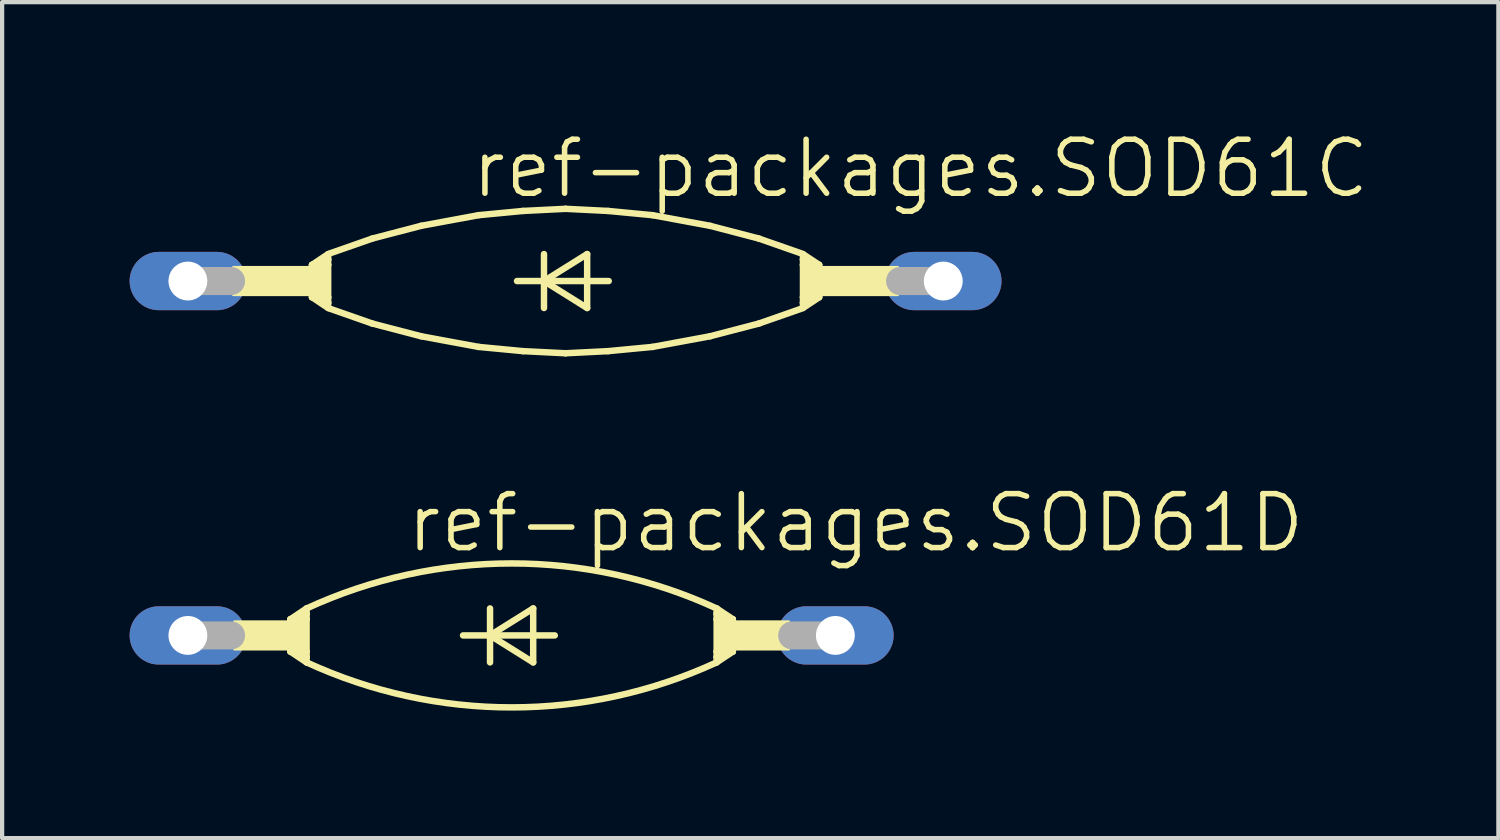
<source format=kicad_pcb>
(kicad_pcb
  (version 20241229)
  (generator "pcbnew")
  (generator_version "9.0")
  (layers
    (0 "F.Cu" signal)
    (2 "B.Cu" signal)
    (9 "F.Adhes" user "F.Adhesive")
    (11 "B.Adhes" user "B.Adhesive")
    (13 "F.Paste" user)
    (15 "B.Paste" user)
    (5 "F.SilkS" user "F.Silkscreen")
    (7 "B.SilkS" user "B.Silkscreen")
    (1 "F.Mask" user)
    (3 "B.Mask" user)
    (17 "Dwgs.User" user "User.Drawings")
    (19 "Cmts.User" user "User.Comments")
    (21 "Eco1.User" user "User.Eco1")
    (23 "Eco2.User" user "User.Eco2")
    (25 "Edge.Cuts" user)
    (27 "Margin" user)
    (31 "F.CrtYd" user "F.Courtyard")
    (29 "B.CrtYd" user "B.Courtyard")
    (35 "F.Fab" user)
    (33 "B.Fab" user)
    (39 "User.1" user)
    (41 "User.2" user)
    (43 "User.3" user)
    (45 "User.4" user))
  (footprint "ref-packages.SOD61C"
    (layer "F.Cu")
    (at 10.262 3.565)
    (property "Reference" "ref-packages.SOD61C" (at -2.286 -1.905 0) (layer "F.SilkS") (effects (font (size 1.27 1.27) (thickness 0.13)) (justify left bottom)))
    (attr through_hole)
    (fp_line (start -5.969 -0.381) (end -5.969 0.381) (stroke (width 0.152) (type default)) (layer "F.SilkS"))
    (fp_line (start -5.969 -0.381) (end -5.842 -0.381) (stroke (width 0.152) (type default)) (layer "F.SilkS"))
    (fp_line (start -5.969 0.381) (end -5.842 0.381) (stroke (width 0.152) (type default)) (layer "F.SilkS"))
    (fp_line (start -5.969 0.381) (end -5.588 0.635) (stroke (width 0.152) (type default)) (layer "F.SilkS"))
    (fp_line (start -5.842 -0.381) (end -5.588 -0.381) (stroke (width 0.152) (type default)) (layer "F.SilkS"))
    (fp_line (start -5.842 0.381) (end -5.588 0.381) (stroke (width 0.152) (type default)) (layer "F.SilkS"))
    (fp_line (start -5.588 -0.635) (end -5.969 -0.381) (stroke (width 0.152) (type default)) (layer "F.SilkS"))
    (fp_line (start -5.588 -0.635) (end -5.588 -0.508) (stroke (width 0.152) (type default)) (layer "F.SilkS"))
    (fp_line (start -5.588 -0.508) (end -5.842 -0.381) (stroke (width 0.152) (type default)) (layer "F.SilkS"))
    (fp_line (start -5.588 -0.508) (end -5.588 -0.381) (stroke (width 0.152) (type default)) (layer "F.SilkS"))
    (fp_line (start -5.588 -0.381) (end -5.588 0.381) (stroke (width 0.152) (type default)) (layer "F.SilkS"))
    (fp_line (start -5.588 0.381) (end -5.588 0.508) (stroke (width 0.152) (type default)) (layer "F.SilkS"))
    (fp_line (start -5.588 0.508) (end -5.842 0.381) (stroke (width 0.152) (type default)) (layer "F.SilkS"))
    (fp_line (start -5.588 0.508) (end -5.588 0.635) (stroke (width 0.152) (type default)) (layer "F.SilkS"))
    (fp_line (start -5.55 -0.65) (end -4.55 -1) (stroke (width 0.152) (type default)) (layer "F.SilkS"))
    (fp_line (start -5.55 0.65) (end -4.55 1) (stroke (width 0.152) (type default)) (layer "F.SilkS"))
    (fp_line (start -4.55 -1) (end -3.4 -1.3) (stroke (width 0.152) (type default)) (layer "F.SilkS"))
    (fp_line (start -4.55 1) (end -3.4 1.3) (stroke (width 0.152) (type default)) (layer "F.SilkS"))
    (fp_line (start -3.4 -1.3) (end -2.05 -1.55) (stroke (width 0.152) (type default)) (layer "F.SilkS"))
    (fp_line (start -3.4 1.3) (end -2.05 1.55) (stroke (width 0.152) (type default)) (layer "F.SilkS"))
    (fp_line (start -2.05 -1.55) (end -1 -1.65) (stroke (width 0.152) (type default)) (layer "F.SilkS"))
    (fp_line (start -2.05 1.55) (end -1 1.65) (stroke (width 0.152) (type default)) (layer "F.SilkS"))
    (fp_line (start -1.143 0) (end -0.508 0) (stroke (width 0.152) (type default)) (layer "F.SilkS"))
    (fp_line (start -1 -1.65) (end 0 -1.7) (stroke (width 0.152) (type default)) (layer "F.SilkS"))
    (fp_line (start -1 1.65) (end 0 1.7) (stroke (width 0.152) (type default)) (layer "F.SilkS"))
    (fp_line (start -0.508 -0.635) (end -0.508 0) (stroke (width 0.152) (type default)) (layer "F.SilkS"))
    (fp_line (start -0.508 0) (end -0.508 0.635) (stroke (width 0.152) (type default)) (layer "F.SilkS"))
    (fp_line (start -0.508 0) (end 0.508 -0.635) (stroke (width 0.152) (type default)) (layer "F.SilkS"))
    (fp_line (start -0.508 0) (end 1.016 0) (stroke (width 0.152) (type default)) (layer "F.SilkS"))
    (fp_line (start 0.508 -0.635) (end 0.508 0.635) (stroke (width 0.152) (type default)) (layer "F.SilkS"))
    (fp_line (start 0.508 0.635) (end -0.508 0) (stroke (width 0.152) (type default)) (layer "F.SilkS"))
    (fp_line (start 1 -1.65) (end 0 -1.7) (stroke (width 0.152) (type default)) (layer "F.SilkS"))
    (fp_line (start 1 1.65) (end 0 1.7) (stroke (width 0.152) (type default)) (layer "F.SilkS"))
    (fp_line (start 2.05 -1.55) (end 1 -1.65) (stroke (width 0.152) (type default)) (layer "F.SilkS"))
    (fp_line (start 2.05 1.55) (end 1 1.65) (stroke (width 0.152) (type default)) (layer "F.SilkS"))
    (fp_line (start 3.4 -1.3) (end 2.05 -1.55) (stroke (width 0.152) (type default)) (layer "F.SilkS"))
    (fp_line (start 3.4 1.3) (end 2.05 1.55) (stroke (width 0.152) (type default)) (layer "F.SilkS"))
    (fp_line (start 4.55 -1) (end 3.4 -1.3) (stroke (width 0.152) (type default)) (layer "F.SilkS"))
    (fp_line (start 4.55 1) (end 3.4 1.3) (stroke (width 0.152) (type default)) (layer "F.SilkS"))
    (fp_line (start 5.55 -0.65) (end 4.55 -1) (stroke (width 0.152) (type default)) (layer "F.SilkS"))
    (fp_line (start 5.55 0.65) (end 4.55 1) (stroke (width 0.152) (type default)) (layer "F.SilkS"))
    (fp_line (start 5.588 -0.635) (end 5.969 -0.381) (stroke (width 0.152) (type default)) (layer "F.SilkS"))
    (fp_line (start 5.588 -0.508) (end 5.588 -0.635) (stroke (width 0.152) (type default)) (layer "F.SilkS"))
    (fp_line (start 5.588 -0.508) (end 5.842 -0.381) (stroke (width 0.152) (type default)) (layer "F.SilkS"))
    (fp_line (start 5.588 -0.381) (end 5.588 -0.508) (stroke (width 0.152) (type default)) (layer "F.SilkS"))
    (fp_line (start 5.588 0.381) (end 5.588 -0.381) (stroke (width 0.152) (type default)) (layer "F.SilkS"))
    (fp_line (start 5.588 0.508) (end 5.588 0.381) (stroke (width 0.152) (type default)) (layer "F.SilkS"))
    (fp_line (start 5.588 0.508) (end 5.842 0.381) (stroke (width 0.152) (type default)) (layer "F.SilkS"))
    (fp_line (start 5.588 0.635) (end 5.588 0.508) (stroke (width 0.152) (type default)) (layer "F.SilkS"))
    (fp_line (start 5.588 0.635) (end 5.969 0.381) (stroke (width 0.152) (type default)) (layer "F.SilkS"))
    (fp_line (start 5.842 -0.381) (end 5.588 -0.381) (stroke (width 0.152) (type default)) (layer "F.SilkS"))
    (fp_line (start 5.842 0.381) (end 5.588 0.381) (stroke (width 0.152) (type default)) (layer "F.SilkS"))
    (fp_line (start 5.969 -0.381) (end 5.842 -0.381) (stroke (width 0.152) (type default)) (layer "F.SilkS"))
    (fp_line (start 5.969 -0.381) (end 5.969 0.381) (stroke (width 0.152) (type default)) (layer "F.SilkS"))
    (fp_line (start 5.969 0.381) (end 5.842 0.381) (stroke (width 0.152) (type default)) (layer "F.SilkS"))
    (fp_rect (start -7.823 0.33) (end -5.969 -0.33) (stroke (width 0.05) (type default)) (fill yes) (layer "F.SilkS"))
    (fp_rect (start -5.969 0.381) (end -5.588 -0.381) (stroke (width 0.05) (type default)) (fill yes) (layer "F.SilkS"))
    (fp_rect (start 5.588 0.381) (end 5.969 -0.381) (stroke (width 0.05) (type default)) (fill yes) (layer "F.SilkS"))
    (fp_rect (start 5.969 0.33) (end 7.823 -0.33) (stroke (width 0.05) (type default)) (fill yes) (layer "F.SilkS"))
    (fp_line (start -8.89 0) (end -7.874 0) (stroke (width 0.66) (type default)) (layer "F.Fab"))
    (fp_line (start 8.89 0) (end 7.874 0) (stroke (width 0.66) (type default)) (layer "F.Fab"))
    (pad "A" thru_hole oval (at 8.89 0) (size 2.743 1.372) (drill 0.914) (layers "*.Cu" "*.Mask"))
    (pad "C" thru_hole oval (at -8.89 0) (size 2.743 1.372) (drill 0.914) (layers "*.Cu" "*.Mask")))
  (footprint "ref-packages.SOD61D"
    (layer "F.Cu")
    (at 8.992 11.906)
    (property "Reference" "ref-packages.SOD61D" (at -2.54 -1.905 0) (layer "F.SilkS") (effects (font (size 1.27 1.27) (thickness 0.13)) (justify left bottom)))
    (attr through_hole)
    (fp_line (start -5.207 -0.381) (end -5.207 0.381) (stroke (width 0.152) (type default)) (layer "F.SilkS"))
    (fp_line (start -5.207 -0.381) (end -5.08 -0.381) (stroke (width 0.152) (type default)) (layer "F.SilkS"))
    (fp_line (start -5.207 0.381) (end -5.08 0.381) (stroke (width 0.152) (type default)) (layer "F.SilkS"))
    (fp_line (start -5.207 0.381) (end -4.826 0.635) (stroke (width 0.152) (type default)) (layer "F.SilkS"))
    (fp_line (start -5.08 -0.381) (end -4.826 -0.381) (stroke (width 0.152) (type default)) (layer "F.SilkS"))
    (fp_line (start -5.08 0.381) (end -4.826 0.381) (stroke (width 0.152) (type default)) (layer "F.SilkS"))
    (fp_line (start -4.826 -0.635) (end -5.207 -0.381) (stroke (width 0.152) (type default)) (layer "F.SilkS"))
    (fp_line (start -4.826 -0.635) (end -4.826 -0.508) (stroke (width 0.152) (type default)) (layer "F.SilkS"))
    (fp_line (start -4.826 -0.508) (end -5.08 -0.381) (stroke (width 0.152) (type default)) (layer "F.SilkS"))
    (fp_line (start -4.826 -0.508) (end -4.826 -0.381) (stroke (width 0.152) (type default)) (layer "F.SilkS"))
    (fp_line (start -4.826 -0.381) (end -4.826 0.381) (stroke (width 0.152) (type default)) (layer "F.SilkS"))
    (fp_line (start -4.826 0.381) (end -4.826 0.508) (stroke (width 0.152) (type default)) (layer "F.SilkS"))
    (fp_line (start -4.826 0.508) (end -5.08 0.381) (stroke (width 0.152) (type default)) (layer "F.SilkS"))
    (fp_line (start -4.826 0.508) (end -4.826 0.635) (stroke (width 0.152) (type default)) (layer "F.SilkS"))
    (fp_line (start -1.143 0) (end -0.508 0) (stroke (width 0.152) (type default)) (layer "F.SilkS"))
    (fp_line (start -0.508 -0.635) (end -0.508 0) (stroke (width 0.152) (type default)) (layer "F.SilkS"))
    (fp_line (start -0.508 0) (end -0.508 0.635) (stroke (width 0.152) (type default)) (layer "F.SilkS"))
    (fp_line (start -0.508 0) (end 0.508 -0.635) (stroke (width 0.152) (type default)) (layer "F.SilkS"))
    (fp_line (start -0.508 0) (end 1.016 0) (stroke (width 0.152) (type default)) (layer "F.SilkS"))
    (fp_line (start 0.508 -0.635) (end 0.508 0.635) (stroke (width 0.152) (type default)) (layer "F.SilkS"))
    (fp_line (start 0.508 0.635) (end -0.508 0) (stroke (width 0.152) (type default)) (layer "F.SilkS"))
    (fp_line (start 4.826 -0.635) (end 5.207 -0.381) (stroke (width 0.152) (type default)) (layer "F.SilkS"))
    (fp_line (start 4.826 -0.508) (end 4.826 -0.635) (stroke (width 0.152) (type default)) (layer "F.SilkS"))
    (fp_line (start 4.826 -0.508) (end 5.08 -0.381) (stroke (width 0.152) (type default)) (layer "F.SilkS"))
    (fp_line (start 4.826 -0.381) (end 4.826 -0.508) (stroke (width 0.152) (type default)) (layer "F.SilkS"))
    (fp_line (start 4.826 0.381) (end 4.826 -0.381) (stroke (width 0.152) (type default)) (layer "F.SilkS"))
    (fp_line (start 4.826 0.508) (end 4.826 0.381) (stroke (width 0.152) (type default)) (layer "F.SilkS"))
    (fp_line (start 4.826 0.508) (end 5.08 0.381) (stroke (width 0.152) (type default)) (layer "F.SilkS"))
    (fp_line (start 4.826 0.635) (end 4.826 0.508) (stroke (width 0.152) (type default)) (layer "F.SilkS"))
    (fp_line (start 4.826 0.635) (end 5.207 0.381) (stroke (width 0.152) (type default)) (layer "F.SilkS"))
    (fp_line (start 5.08 -0.381) (end 4.826 -0.381) (stroke (width 0.152) (type default)) (layer "F.SilkS"))
    (fp_line (start 5.08 0.381) (end 4.826 0.381) (stroke (width 0.152) (type default)) (layer "F.SilkS"))
    (fp_line (start 5.207 -0.381) (end 5.08 -0.381) (stroke (width 0.152) (type default)) (layer "F.SilkS"))
    (fp_line (start 5.207 -0.381) (end 5.207 0.381) (stroke (width 0.152) (type default)) (layer "F.SilkS"))
    (fp_line (start 5.207 0.381) (end 5.08 0.381) (stroke (width 0.152) (type default)) (layer "F.SilkS"))
    (fp_rect (start -6.528 0.33) (end -5.207 -0.33) (stroke (width 0.05) (type default)) (fill yes) (layer "F.SilkS"))
    (fp_rect (start -5.207 0.381) (end -4.826 -0.381) (stroke (width 0.05) (type default)) (fill yes) (layer "F.SilkS"))
    (fp_rect (start 4.826 0.381) (end 5.207 -0.381) (stroke (width 0.05) (type default)) (fill yes) (layer "F.SilkS"))
    (fp_rect (start 5.207 0.33) (end 6.528 -0.33) (stroke (width 0.05) (type default)) (fill yes) (layer "F.SilkS"))
    (fp_arc (start -4.826 -0.635) (mid -0.000333 -1.694199) (end 4.8254 -0.6353) (stroke (width 0.1524) (type default)) (layer "F.SilkS"))
    (fp_arc (start 4.826 0.635) (mid 0.000333 1.694199) (end -4.8254 0.6353) (stroke (width 0.1524) (type default)) (layer "F.SilkS"))
    (fp_line (start -7.62 0) (end -6.604 0) (stroke (width 0.66) (type default)) (layer "F.Fab"))
    (fp_line (start 7.62 0) (end 6.604 0) (stroke (width 0.66) (type default)) (layer "F.Fab"))
    (pad "A" thru_hole oval (at 7.62 0) (size 2.743 1.372) (drill 0.914) (layers "*.Cu" "*.Mask"))
    (pad "C" thru_hole oval (at -7.62 0) (size 2.743 1.372) (drill 0.914) (layers "*.Cu" "*.Mask")))
  (gr_rect
    (start -3 -3)
    (end 32.218 16.677)
    (stroke (width 0.1) (type default))
    (fill no)
    (layer "Edge.Cuts")))
</source>
